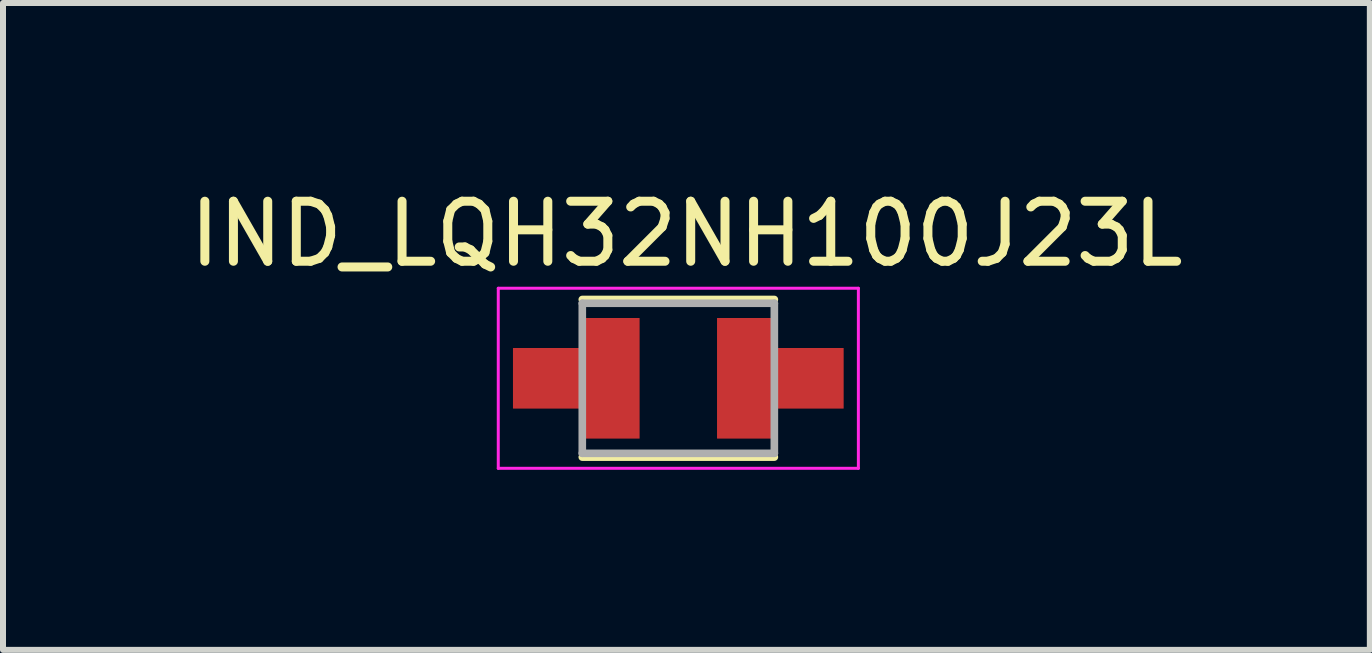
<source format=kicad_pcb>
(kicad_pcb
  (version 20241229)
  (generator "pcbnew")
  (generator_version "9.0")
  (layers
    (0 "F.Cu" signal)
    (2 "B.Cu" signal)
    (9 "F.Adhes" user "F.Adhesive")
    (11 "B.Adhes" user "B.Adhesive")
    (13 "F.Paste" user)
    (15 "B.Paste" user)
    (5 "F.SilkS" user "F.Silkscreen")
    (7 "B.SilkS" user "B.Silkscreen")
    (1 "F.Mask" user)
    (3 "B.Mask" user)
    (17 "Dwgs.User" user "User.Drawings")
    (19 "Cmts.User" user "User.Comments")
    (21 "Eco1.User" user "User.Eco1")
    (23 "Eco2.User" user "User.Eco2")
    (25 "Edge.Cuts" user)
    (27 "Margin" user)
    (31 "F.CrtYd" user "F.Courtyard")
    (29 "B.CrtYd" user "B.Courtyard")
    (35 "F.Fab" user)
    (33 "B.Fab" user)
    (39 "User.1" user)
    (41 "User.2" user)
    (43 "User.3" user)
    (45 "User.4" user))
  (footprint "IND_LQH32NH100J23L"
    (layer "F.Cu")
    (at 8.252 3.253)
    (property "Reference" "IND_LQH32NH100J23L" (at 0.135 -2.405 0) (layer "F.SilkS") (effects (font (size 1 1) (thickness 0.15))))
    (attr smd)
    (fp_poly (pts (xy -2.85 -0.6) (xy -1.75 -0.6) (xy -1.75 -1.1) (xy -0.55 -1.1) (xy -0.55 1.1) (xy -1.75 1.1) (xy -1.75 0.6) (xy -2.85 0.6)) (stroke (width 0.01) (type solid)) (fill yes) (layer "F.Mask"))
    (fp_poly (pts (xy 0.55 -1.1) (xy 1.75 -1.1) (xy 1.75 -0.6) (xy 2.85 -0.6) (xy 2.85 0.6) (xy 1.75 0.6) (xy 1.75 1.1) (xy 0.55 1.1)) (stroke (width 0.01) (type solid)) (fill yes) (layer "F.Mask"))
    (fp_line (start -1.6 -1.313) (end 1.6 -1.313) (stroke (width 0.127) (type solid)) (layer "F.SilkS"))
    (fp_line (start 1.6 1.313) (end -1.6 1.313) (stroke (width 0.127) (type solid)) (layer "F.SilkS"))
    (fp_poly (pts (xy -1.65 -1) (xy -0.65 -1) (xy -0.65 1) (xy -1.65 1) (xy -1.65 0.5) (xy -2.75 0.5) (xy -2.75 -0.5) (xy -1.65 -0.5)) (stroke (width 0.01) (type solid)) (fill yes) (layer "F.Paste"))
    (fp_poly (pts (xy 1.65 1) (xy 0.65 1) (xy 0.65 -1) (xy 1.65 -1) (xy 1.65 -0.5) (xy 2.75 -0.5) (xy 2.75 0.5) (xy 1.65 0.5)) (stroke (width 0.01) (type solid)) (fill yes) (layer "F.Paste"))
    (fp_line (start -3 -1.5) (end 3 -1.5) (stroke (width 0.05) (type solid)) (layer "F.CrtYd"))
    (fp_line (start -3 1.5) (end -3 -1.5) (stroke (width 0.05) (type solid)) (layer "F.CrtYd"))
    (fp_line (start 3 -1.5) (end 3 1.5) (stroke (width 0.05) (type solid)) (layer "F.CrtYd"))
    (fp_line (start 3 1.5) (end -3 1.5) (stroke (width 0.05) (type solid)) (layer "F.CrtYd"))
    (fp_line (start -1.6 -1.25) (end 1.6 -1.25) (stroke (width 0.127) (type solid)) (layer "F.Fab"))
    (fp_line (start -1.6 1.25) (end -1.6 -1.25) (stroke (width 0.127) (type solid)) (layer "F.Fab"))
    (fp_line (start 1.6 -1.25) (end 1.6 1.25) (stroke (width 0.127) (type solid)) (layer "F.Fab"))
    (fp_line (start 1.6 1.25) (end -1.6 1.25) (stroke (width 0.127) (type solid)) (layer "F.Fab"))
    (pad "1" smd custom (at -1.15 0) (size 1 2) (layers "F.Cu") (options (anchor rect)) (primitives (gr_poly (pts (xy -0.5 -1) (xy 0.5 -1) (xy 0.5 1) (xy -0.5 1) (xy -0.5 0.5) (xy -1.6 0.5) (xy -1.6 -0.5) (xy -0.5 -0.5)) (width 0.01) (fill yes))))
    (pad "2" smd custom (at 1.15 0) (size 1 2) (layers "F.Cu") (options (anchor rect)) (primitives (gr_poly (pts (xy 0.5 1) (xy -0.5 1) (xy -0.5 -1) (xy 0.5 -1) (xy 0.5 -0.5) (xy 1.6 -0.5) (xy 1.6 0.5) (xy 0.5 0.5)) (width 0.01) (fill yes)))))
  (gr_rect
    (start -3 -3)
    (end 19.774 7.778)
    (stroke (width 0.1) (type default))
    (fill no)
    (layer "Edge.Cuts")))
</source>
